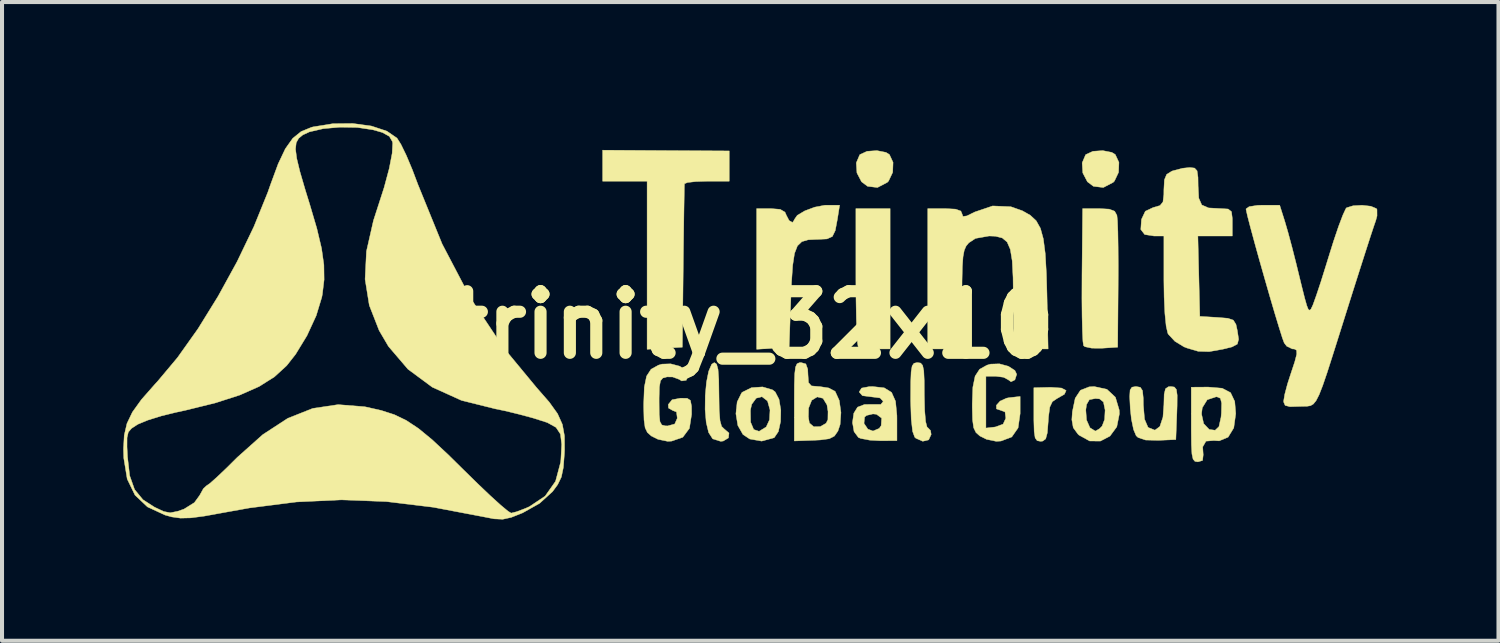
<source format=kicad_pcb>
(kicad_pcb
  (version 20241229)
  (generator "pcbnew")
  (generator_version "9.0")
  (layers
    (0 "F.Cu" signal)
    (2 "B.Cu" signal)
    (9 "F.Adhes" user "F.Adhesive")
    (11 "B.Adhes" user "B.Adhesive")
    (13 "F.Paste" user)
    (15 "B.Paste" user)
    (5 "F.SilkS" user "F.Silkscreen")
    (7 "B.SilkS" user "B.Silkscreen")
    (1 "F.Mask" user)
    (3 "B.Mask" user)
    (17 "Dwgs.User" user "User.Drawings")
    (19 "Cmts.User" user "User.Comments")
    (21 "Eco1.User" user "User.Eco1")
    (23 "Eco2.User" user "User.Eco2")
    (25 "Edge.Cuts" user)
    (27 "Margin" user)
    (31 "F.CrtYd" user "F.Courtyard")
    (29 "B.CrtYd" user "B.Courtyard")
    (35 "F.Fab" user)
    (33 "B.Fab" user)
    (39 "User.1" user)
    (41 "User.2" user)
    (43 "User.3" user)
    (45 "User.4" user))
  (footprint "trinity_32x10"
    (layer "F.Cu")
    (at 15.584 4.989)
    (property "Reference" "trinity_32x10" (at 0 0 0) (layer "F.SilkS") (effects (font (size 1.524 1.524) (thickness 0.3))))
    (attr through_hole)
    (fp_poly (pts (xy 3.387 0.593) (xy 3.02 0.593) (xy 2.782 0.581) (xy 2.623 0.551) (xy 2.596 0.536) (xy 2.579 0.438) (xy 2.564 0.197) (xy 2.552 -0.16) (xy 2.544 -0.607) (xy 2.54 -1.116) (xy 2.54 -1.199) (xy 2.54 -2.879) (xy 3.387 -2.879) (xy 3.387 0.593)) (stroke (width 0.01) (type solid)) (fill yes) (layer "F.SilkS"))
    (fp_poly (pts (xy 3.284 -4.269) (xy 3.37 -4.216) (xy 3.46 -4.022) (xy 3.451 -3.776) (xy 3.349 -3.56) (xy 3.317 -3.527) (xy 3.074 -3.4) (xy 2.829 -3.43) (xy 2.68 -3.542) (xy 2.566 -3.761) (xy 2.55 -4.01) (xy 2.635 -4.21) (xy 2.642 -4.216) (xy 2.816 -4.296) (xy 3.06 -4.313) (xy 3.284 -4.269)) (stroke (width 0.01) (type solid)) (fill yes) (layer "F.SilkS"))
    (fp_poly (pts (xy 8.872 -4.269) (xy 8.958 -4.216) (xy 9.048 -4.022) (xy 9.039 -3.776) (xy 8.937 -3.56) (xy 8.905 -3.527) (xy 8.662 -3.4) (xy 8.417 -3.43) (xy 8.268 -3.542) (xy 8.154 -3.761) (xy 8.138 -4.01) (xy 8.223 -4.21) (xy 8.23 -4.216) (xy 8.404 -4.296) (xy 8.648 -4.313) (xy 8.872 -4.269)) (stroke (width 0.01) (type solid)) (fill yes) (layer "F.SilkS"))
    (fp_poly (pts (xy -2.159 -4.314) (xy -0.593 -4.305) (xy -0.593 -3.556) (xy -1.143 -3.556) (xy -1.425 -3.547) (xy -1.626 -3.524) (xy -1.701 -3.493) (xy -1.704 -3.393) (xy -1.708 -3.149) (xy -1.714 -2.784) (xy -1.72 -2.323) (xy -1.727 -1.791) (xy -1.731 -1.439) (xy -1.753 0.55) (xy -2.625 0.602) (xy -2.625 -3.556) (xy -3.725 -3.556) (xy -3.725 -4.324) (xy -2.159 -4.314)) (stroke (width 0.01) (type solid)) (fill yes) (layer "F.SilkS"))
    (fp_poly (pts (xy 7.628 1.561) (xy 7.742 1.622) (xy 7.699 1.715) (xy 7.513 1.822) (xy 7.401 1.898) (xy 7.338 2.031) (xy 7.306 2.27) (xy 7.298 2.392) (xy 7.276 2.67) (xy 7.236 2.818) (xy 7.163 2.873) (xy 7.108 2.879) (xy 7.025 2.863) (xy 6.975 2.794) (xy 6.951 2.637) (xy 6.943 2.357) (xy 6.943 2.216) (xy 6.943 1.553) (xy 7.361 1.543) (xy 7.628 1.561)) (stroke (width 0.01) (type solid)) (fill yes) (layer "F.SilkS"))
    (fp_poly (pts (xy 8.808 -2.865) (xy 8.942 -2.814) (xy 8.998 -2.713) (xy 9.012 -2.577) (xy 9.022 -2.303) (xy 9.028 -1.921) (xy 9.031 -1.46) (xy 9.029 -0.998) (xy 9.017 0.55) (xy 8.623 0.576) (xy 8.377 0.574) (xy 8.209 0.539) (xy 8.173 0.513) (xy 8.157 0.404) (xy 8.145 0.154) (xy 8.136 -0.211) (xy 8.132 -0.662) (xy 8.134 -1.173) (xy 8.134 -1.227) (xy 8.15 -2.879) (xy 8.553 -2.879) (xy 8.808 -2.865)) (stroke (width 0.01) (type solid)) (fill yes) (layer "F.SilkS"))
    (fp_poly (pts (xy -0.906 0.969) (xy -0.87 1.101) (xy -0.852 1.351) (xy -0.847 1.727) (xy -0.841 2.118) (xy -0.821 2.369) (xy -0.782 2.51) (xy -0.72 2.57) (xy -0.72 2.571) (xy -0.599 2.674) (xy -0.612 2.794) (xy -0.742 2.872) (xy -0.806 2.879) (xy -1.002 2.818) (xy -1.103 2.661) (xy -1.163 2.409) (xy -1.19 2.09) (xy -1.186 1.746) (xy -1.156 1.417) (xy -1.102 1.146) (xy -1.027 0.972) (xy -0.963 0.931) (xy -0.906 0.969)) (stroke (width 0.01) (type solid)) (fill yes) (layer "F.SilkS"))
    (fp_poly (pts (xy 4.143 0.943) (xy 4.192 1.001) (xy 4.22 1.135) (xy 4.231 1.377) (xy 4.233 1.736) (xy 4.242 2.115) (xy 4.265 2.388) (xy 4.301 2.527) (xy 4.318 2.54) (xy 4.387 2.611) (xy 4.403 2.709) (xy 4.341 2.843) (xy 4.195 2.878) (xy 4.025 2.803) (xy 3.996 2.777) (xy 3.943 2.632) (xy 3.909 2.328) (xy 3.895 1.877) (xy 3.895 1.803) (xy 3.897 1.411) (xy 3.907 1.158) (xy 3.932 1.014) (xy 3.977 0.949) (xy 4.047 0.932) (xy 4.064 0.931) (xy 4.143 0.943)) (stroke (width 0.01) (type solid)) (fill yes) (layer "F.SilkS"))
    (fp_poly (pts (xy 2.082 -2.612) (xy 2.03 -2.336) (xy 1.958 -2.188) (xy 1.825 -2.128) (xy 1.591 -2.117) (xy 1.572 -2.117) (xy 1.359 -2.107) (xy 1.203 -2.061) (xy 1.094 -1.956) (xy 1.022 -1.77) (xy 0.977 -1.477) (xy 0.948 -1.057) (xy 0.931 -0.644) (xy 0.889 0.55) (xy 0.487 0.576) (xy 0.085 0.602) (xy 0.085 -2.879) (xy 0.431 -2.879) (xy 0.668 -2.86) (xy 0.786 -2.791) (xy 0.822 -2.709) (xy 0.889 -2.582) (xy 0.972 -2.535) (xy 1.016 -2.597) (xy 1.016 -2.606) (xy 1.09 -2.712) (xy 1.277 -2.823) (xy 1.521 -2.914) (xy 1.768 -2.961) (xy 1.823 -2.963) (xy 2.138 -2.963) (xy 2.082 -2.612)) (stroke (width 0.01) (type solid)) (fill yes) (layer "F.SilkS"))
    (fp_poly (pts (xy 10.419 1.536) (xy 10.469 1.596) (xy 10.489 1.739) (xy 10.487 1.999) (xy 10.481 2.18) (xy 10.456 2.836) (xy 10.021 2.855) (xy 9.707 2.847) (xy 9.521 2.784) (xy 9.474 2.741) (xy 9.41 2.589) (xy 9.356 2.329) (xy 9.328 2.065) (xy 9.314 1.772) (xy 9.324 1.61) (xy 9.37 1.54) (xy 9.462 1.524) (xy 9.473 1.524) (xy 9.577 1.542) (xy 9.631 1.624) (xy 9.65 1.811) (xy 9.652 1.979) (xy 9.681 2.331) (xy 9.765 2.527) (xy 9.779 2.54) (xy 9.938 2.603) (xy 10.06 2.513) (xy 10.137 2.282) (xy 10.16 1.979) (xy 10.167 1.714) (xy 10.2 1.578) (xy 10.274 1.528) (xy 10.333 1.524) (xy 10.419 1.536)) (stroke (width 0.01) (type solid)) (fill yes) (layer "F.SilkS"))
    (fp_poly (pts (xy 0.476 1.605) (xy 0.544 1.657) (xy 0.639 1.84) (xy 0.683 2.104) (xy 0.677 2.39) (xy 0.623 2.637) (xy 0.522 2.786) (xy 0.514 2.791) (xy 0.21 2.874) (xy -0.086 2.822) (xy -0.254 2.709) (xy -0.38 2.487) (xy -0.428 2.196) (xy -0.418 2.104) (xy -0.069 2.104) (xy -0.064 2.406) (xy 0.013 2.587) (xy 0.145 2.632) (xy 0.318 2.526) (xy 0.322 2.523) (xy 0.403 2.346) (xy 0.416 2.103) (xy 0.356 1.888) (xy 0.348 1.876) (xy 0.217 1.775) (xy 0.074 1.812) (xy -0.036 1.962) (xy -0.069 2.104) (xy -0.418 2.104) (xy -0.397 1.904) (xy -0.288 1.683) (xy -0.269 1.664) (xy -0.043 1.552) (xy 0.232 1.533) (xy 0.476 1.605)) (stroke (width 0.01) (type solid)) (fill yes) (layer "F.SilkS"))
    (fp_poly (pts (xy 8.75 1.592) (xy 8.961 1.789) (xy 9.055 2.104) (xy 9.059 2.201) (xy 8.995 2.52) (xy 8.826 2.75) (xy 8.59 2.873) (xy 8.323 2.871) (xy 8.061 2.726) (xy 8.033 2.699) (xy 7.918 2.542) (xy 7.883 2.345) (xy 7.896 2.149) (xy 7.906 2.101) (xy 8.228 2.101) (xy 8.246 2.35) (xy 8.331 2.543) (xy 8.46 2.624) (xy 8.467 2.625) (xy 8.568 2.567) (xy 8.631 2.503) (xy 8.694 2.338) (xy 8.706 2.108) (xy 8.705 2.101) (xy 8.665 1.906) (xy 8.569 1.829) (xy 8.467 1.82) (xy 8.317 1.848) (xy 8.248 1.966) (xy 8.228 2.101) (xy 7.906 2.101) (xy 7.966 1.813) (xy 8.096 1.616) (xy 8.309 1.532) (xy 8.435 1.524) (xy 8.75 1.592)) (stroke (width 0.01) (type solid)) (fill yes) (layer "F.SilkS"))
    (fp_poly (pts (xy 11.602 1.566) (xy 11.81 1.675) (xy 11.913 1.892) (xy 11.938 2.194) (xy 11.889 2.547) (xy 11.749 2.776) (xy 11.528 2.868) (xy 11.395 2.859) (xy 11.202 2.875) (xy 11.12 3.017) (xy 11.133 3.214) (xy 11.117 3.353) (xy 11.002 3.387) (xy 10.929 3.375) (xy 10.882 3.32) (xy 10.854 3.192) (xy 10.841 2.962) (xy 10.837 2.601) (xy 10.837 2.463) (xy 10.837 2.201) (xy 11.091 2.201) (xy 11.144 2.441) (xy 11.282 2.586) (xy 11.428 2.605) (xy 11.522 2.516) (xy 11.574 2.281) (xy 11.583 2.179) (xy 11.589 1.934) (xy 11.558 1.814) (xy 11.475 1.779) (xy 11.452 1.778) (xy 11.233 1.85) (xy 11.11 2.048) (xy 11.091 2.201) (xy 10.837 2.201) (xy 10.837 1.54) (xy 11.259 1.537) (xy 11.602 1.566)) (stroke (width 0.01) (type solid)) (fill yes) (layer "F.SilkS"))
    (fp_poly (pts (xy 6.374 -2.925) (xy 6.658 -2.825) (xy 6.853 -2.715) (xy 7 -2.579) (xy 7.106 -2.391) (xy 7.178 -2.128) (xy 7.225 -1.765) (xy 7.253 -1.276) (xy 7.267 -0.783) (xy 7.296 0.593) (xy 6.435 0.593) (xy 6.435 -0.616) (xy 6.429 -1.173) (xy 6.408 -1.584) (xy 6.361 -1.869) (xy 6.282 -2.051) (xy 6.162 -2.152) (xy 5.992 -2.195) (xy 5.837 -2.201) (xy 5.499 -2.141) (xy 5.334 -2.032) (xy 5.267 -1.951) (xy 5.221 -1.845) (xy 5.191 -1.685) (xy 5.174 -1.441) (xy 5.166 -1.084) (xy 5.165 -0.635) (xy 5.165 0.593) (xy 4.318 0.593) (xy 4.318 -2.879) (xy 4.741 -2.879) (xy 5.007 -2.865) (xy 5.137 -2.818) (xy 5.165 -2.752) (xy 5.189 -2.684) (xy 5.286 -2.698) (xy 5.481 -2.794) (xy 5.924 -2.944) (xy 6.374 -2.925)) (stroke (width 0.01) (type solid)) (fill yes) (layer "F.SilkS"))
    (fp_poly (pts (xy 3.242 1.556) (xy 3.423 1.668) (xy 3.521 1.887) (xy 3.555 2.238) (xy 3.556 2.326) (xy 3.556 2.862) (xy 3.154 2.865) (xy 2.881 2.85) (xy 2.661 2.808) (xy 2.603 2.784) (xy 2.495 2.639) (xy 2.46 2.436) (xy 2.741 2.436) (xy 2.836 2.577) (xy 2.963 2.625) (xy 3.119 2.559) (xy 3.166 2.49) (xy 3.178 2.305) (xy 3.05 2.21) (xy 2.963 2.201) (xy 2.806 2.238) (xy 2.756 2.278) (xy 2.741 2.436) (xy 2.46 2.436) (xy 2.456 2.414) (xy 2.489 2.183) (xy 2.582 2.033) (xy 2.753 1.968) (xy 2.963 1.965) (xy 3.159 1.965) (xy 3.217 1.89) (xy 3.139 1.807) (xy 2.921 1.778) (xy 2.702 1.75) (xy 2.625 1.663) (xy 2.625 1.651) (xy 2.682 1.562) (xy 2.87 1.526) (xy 2.957 1.524) (xy 3.242 1.556)) (stroke (width 0.01) (type solid)) (fill yes) (layer "F.SilkS"))
    (fp_poly (pts (xy 6.312 1.022) (xy 6.474 1.126) (xy 6.519 1.221) (xy 6.474 1.359) (xy 6.378 1.406) (xy 6.309 1.356) (xy 6.193 1.294) (xy 6.006 1.27) (xy 5.757 1.27) (xy 5.757 2.551) (xy 5.99 2.524) (xy 6.182 2.454) (xy 6.25 2.307) (xy 6.23 2.152) (xy 6.138 2.117) (xy 6.018 2.077) (xy 6.016 1.987) (xy 6.108 1.884) (xy 6.269 1.811) (xy 6.329 1.8) (xy 6.604 1.769) (xy 6.604 2.192) (xy 6.553 2.547) (xy 6.397 2.771) (xy 6.13 2.872) (xy 6.011 2.879) (xy 5.772 2.829) (xy 5.607 2.747) (xy 5.511 2.662) (xy 5.454 2.544) (xy 5.427 2.351) (xy 5.419 2.041) (xy 5.419 1.949) (xy 5.434 1.54) (xy 5.49 1.266) (xy 5.601 1.096) (xy 5.783 0.995) (xy 5.872 0.969) (xy 6.091 0.962) (xy 6.312 1.022)) (stroke (width 0.01) (type solid)) (fill yes) (layer "F.SilkS"))
    (fp_poly (pts (xy 1.302 0.964) (xy 1.349 1.094) (xy 1.355 1.228) (xy 1.368 1.426) (xy 1.441 1.508) (xy 1.625 1.524) (xy 1.641 1.524) (xy 1.867 1.559) (xy 2.025 1.642) (xy 2.029 1.648) (xy 2.129 1.867) (xy 2.171 2.166) (xy 2.15 2.464) (xy 2.096 2.625) (xy 2.01 2.748) (xy 1.882 2.815) (xy 1.661 2.845) (xy 1.501 2.853) (xy 1.016 2.87) (xy 1.016 2.282) (xy 1.365 2.282) (xy 1.39 2.426) (xy 1.498 2.518) (xy 1.661 2.515) (xy 1.803 2.432) (xy 1.848 2.343) (xy 1.851 2.139) (xy 1.825 1.977) (xy 1.727 1.815) (xy 1.583 1.78) (xy 1.447 1.864) (xy 1.37 2.058) (xy 1.37 2.06) (xy 1.365 2.282) (xy 1.016 2.282) (xy 1.016 1.9) (xy 1.018 1.483) (xy 1.027 1.207) (xy 1.047 1.042) (xy 1.085 0.96) (xy 1.145 0.933) (xy 1.185 0.931) (xy 1.302 0.964)) (stroke (width 0.01) (type solid)) (fill yes) (layer "F.SilkS"))
    (fp_poly (pts (xy -1.821 1.02) (xy -1.657 1.119) (xy -1.609 1.211) (xy -1.655 1.368) (xy -1.77 1.385) (xy -1.829 1.347) (xy -1.995 1.286) (xy -2.133 1.285) (xy -2.235 1.312) (xy -2.294 1.382) (xy -2.321 1.534) (xy -2.328 1.806) (xy -2.328 1.905) (xy -2.325 2.215) (xy -2.307 2.392) (xy -2.261 2.474) (xy -2.173 2.497) (xy -2.117 2.498) (xy -1.942 2.451) (xy -1.878 2.307) (xy -1.898 2.152) (xy -1.99 2.117) (xy -2.096 2.056) (xy -2.101 1.968) (xy -2.007 1.851) (xy -1.798 1.812) (xy -1.633 1.815) (xy -1.553 1.866) (xy -1.526 2.01) (xy -1.524 2.209) (xy -1.578 2.558) (xy -1.742 2.778) (xy -2.018 2.874) (xy -2.117 2.879) (xy -2.356 2.829) (xy -2.521 2.747) (xy -2.617 2.662) (xy -2.674 2.544) (xy -2.701 2.351) (xy -2.709 2.041) (xy -2.709 1.949) (xy -2.694 1.54) (xy -2.638 1.266) (xy -2.527 1.096) (xy -2.345 0.995) (xy -2.256 0.969) (xy -2.042 0.962) (xy -1.821 1.02)) (stroke (width 0.01) (type solid)) (fill yes) (layer "F.SilkS"))
    (fp_poly (pts (xy 10.92 -3.881) (xy 10.981 -3.814) (xy 11.004 -3.651) (xy 11.007 -3.438) (xy 11.023 -3.138) (xy 11.097 -2.969) (xy 11.266 -2.895) (xy 11.564 -2.879) (xy 11.749 -2.868) (xy 11.832 -2.803) (xy 11.853 -2.636) (xy 11.853 -2.54) (xy 11.853 -2.201) (xy 11.001 -2.201) (xy 11.025 -1.206) (xy 11.049 -0.212) (xy 11.485 -0.186) (xy 11.742 -0.165) (xy 11.878 -0.119) (xy 11.943 -0.015) (xy 11.977 0.14) (xy 12.009 0.354) (xy 11.978 0.473) (xy 11.847 0.543) (xy 11.627 0.598) (xy 11.281 0.66) (xy 11.009 0.652) (xy 10.729 0.57) (xy 10.658 0.542) (xy 10.432 0.404) (xy 10.271 0.231) (xy 10.256 0.203) (xy 10.216 0.029) (xy 10.185 -0.28) (xy 10.166 -0.69) (xy 10.16 -1.105) (xy 10.16 -2.201) (xy 9.911 -2.201) (xy 9.685 -2.237) (xy 9.589 -2.362) (xy 9.605 -2.602) (xy 9.608 -2.617) (xy 9.701 -2.814) (xy 9.899 -2.907) (xy 9.911 -2.909) (xy 10.064 -2.954) (xy 10.137 -3.043) (xy 10.159 -3.227) (xy 10.16 -3.344) (xy 10.173 -3.591) (xy 10.229 -3.725) (xy 10.354 -3.803) (xy 10.377 -3.812) (xy 10.625 -3.877) (xy 10.801 -3.895) (xy 10.92 -3.881)) (stroke (width 0.01) (type solid)) (fill yes) (layer "F.SilkS"))
    (fp_poly (pts (xy 13.152 -2.561) (xy 13.231 -2.29) (xy 13.33 -1.921) (xy 13.432 -1.52) (xy 13.462 -1.397) (xy 13.569 -0.958) (xy 13.644 -0.66) (xy 13.696 -0.477) (xy 13.732 -0.387) (xy 13.762 -0.364) (xy 13.792 -0.385) (xy 13.8 -0.394) (xy 13.848 -0.497) (xy 13.932 -0.731) (xy 14.044 -1.067) (xy 14.171 -1.473) (xy 14.226 -1.651) (xy 14.359 -2.076) (xy 14.483 -2.442) (xy 14.588 -2.719) (xy 14.661 -2.876) (xy 14.679 -2.899) (xy 14.842 -2.949) (xy 15.065 -2.961) (xy 15.279 -2.937) (xy 15.416 -2.88) (xy 15.432 -2.857) (xy 15.433 -2.697) (xy 15.402 -2.582) (xy 15.358 -2.456) (xy 15.271 -2.193) (xy 15.15 -1.818) (xy 15.002 -1.356) (xy 14.836 -0.834) (xy 14.733 -0.508) (xy 14.512 0.194) (xy 14.336 0.751) (xy 14.198 1.181) (xy 14.089 1.5) (xy 14.001 1.725) (xy 13.926 1.872) (xy 13.857 1.957) (xy 13.786 1.998) (xy 13.704 2.011) (xy 13.604 2.013) (xy 13.522 2.015) (xy 13.278 2.022) (xy 13.16 1.991) (xy 13.124 1.908) (xy 13.123 1.881) (xy 13.15 1.717) (xy 13.219 1.457) (xy 13.293 1.228) (xy 13.398 0.911) (xy 13.447 0.722) (xy 13.443 0.627) (xy 13.387 0.595) (xy 13.338 0.593) (xy 13.199 0.526) (xy 13.137 0.445) (xy 13.091 0.32) (xy 13.011 0.066) (xy 12.904 -0.286) (xy 12.781 -0.704) (xy 12.651 -1.157) (xy 12.521 -1.614) (xy 12.402 -2.043) (xy 12.302 -2.413) (xy 12.229 -2.693) (xy 12.194 -2.852) (xy 12.192 -2.871) (xy 12.27 -2.927) (xy 12.477 -2.959) (xy 12.609 -2.963) (xy 13.025 -2.963) (xy 13.152 -2.561)) (stroke (width 0.01) (type solid)) (fill yes) (layer "F.SilkS"))
    (fp_poly (pts (xy -9.445 -4.921) (xy -9.064 -4.795) (xy -8.813 -4.623) (xy -8.716 -4.47) (xy -8.583 -4.197) (xy -8.434 -3.843) (xy -8.295 -3.475) (xy -7.696 -2.004) (xy -6.993 -0.663) (xy -6.182 0.556) (xy -5.359 1.551) (xy -5.047 1.908) (xy -4.84 2.196) (xy -4.721 2.461) (xy -4.669 2.746) (xy -4.667 3.097) (xy -4.671 3.181) (xy -4.697 3.526) (xy -4.746 3.762) (xy -4.838 3.951) (xy -4.963 4.121) (xy -5.284 4.413) (xy -5.704 4.649) (xy -5.986 4.761) (xy -6.195 4.807) (xy -6.411 4.797) (xy -6.668 4.747) (xy -7.916 4.51) (xy -9.073 4.37) (xy -10.184 4.327) (xy -11.298 4.379) (xy -12.461 4.527) (xy -13.123 4.646) (xy -13.58 4.729) (xy -13.914 4.773) (xy -14.169 4.779) (xy -14.386 4.749) (xy -14.551 4.703) (xy -14.985 4.502) (xy -15.294 4.21) (xy -15.487 3.812) (xy -15.572 3.294) (xy -15.579 3.07) (xy -15.576 3.019) (xy -15.492 3.019) (xy -15.48 3.26) (xy -15.426 3.728) (xy -15.305 4.07) (xy -15.099 4.322) (xy -14.811 4.508) (xy -14.584 4.615) (xy -14.422 4.647) (xy -14.239 4.61) (xy -14.081 4.555) (xy -13.825 4.395) (xy -13.695 4.216) (xy -13.603 4.05) (xy -13.527 3.979) (xy -13.526 3.979) (xy -13.445 3.923) (xy -13.271 3.769) (xy -13.031 3.541) (xy -12.764 3.276) (xy -12.132 2.712) (xy -11.515 2.31) (xy -10.898 2.065) (xy -10.269 1.971) (xy -9.615 2.023) (xy -9.577 2.03) (xy -9.202 2.115) (xy -8.879 2.219) (xy -8.582 2.362) (xy -8.28 2.562) (xy -7.945 2.837) (xy -7.549 3.206) (xy -7.175 3.575) (xy -6.822 3.921) (xy -6.506 4.222) (xy -6.247 4.457) (xy -6.067 4.607) (xy -5.988 4.655) (xy -5.852 4.621) (xy -5.632 4.537) (xy -5.537 4.495) (xy -5.148 4.235) (xy -4.89 3.868) (xy -4.764 3.395) (xy -4.758 3.335) (xy -4.738 2.954) (xy -4.769 2.7) (xy -4.879 2.534) (xy -5.094 2.415) (xy -5.438 2.305) (xy -5.791 2.21) (xy -6.126 2.128) (xy -6.372 2.077) (xy -6.374 2.077) (xy -7.217 1.867) (xy -7.939 1.54) (xy -8.541 1.095) (xy -9.024 0.53) (xy -9.255 0.136) (xy -9.498 -0.486) (xy -9.602 -1.131) (xy -9.568 -1.822) (xy -9.395 -2.583) (xy -9.308 -2.852) (xy -9.131 -3.4) (xy -9.004 -3.873) (xy -8.932 -4.247) (xy -8.919 -4.496) (xy -8.926 -4.535) (xy -9.001 -4.665) (xy -9.173 -4.761) (xy -9.407 -4.828) (xy -9.794 -4.886) (xy -10.223 -4.893) (xy -10.636 -4.856) (xy -10.978 -4.777) (xy -11.143 -4.701) (xy -11.246 -4.616) (xy -11.306 -4.507) (xy -11.323 -4.349) (xy -11.293 -4.119) (xy -11.214 -3.792) (xy -11.083 -3.344) (xy -10.974 -2.992) (xy -10.795 -2.385) (xy -10.679 -1.895) (xy -10.621 -1.486) (xy -10.616 -1.119) (xy -10.659 -0.759) (xy -10.673 -0.685) (xy -10.811 -0.231) (xy -11.039 0.264) (xy -11.321 0.726) (xy -11.542 1.007) (xy -11.845 1.284) (xy -12.226 1.524) (xy -12.706 1.736) (xy -13.306 1.929) (xy -14.048 2.112) (xy -14.284 2.163) (xy -14.646 2.252) (xy -14.976 2.355) (xy -15.214 2.453) (xy -15.246 2.471) (xy -15.381 2.56) (xy -15.459 2.651) (xy -15.491 2.789) (xy -15.492 3.019) (xy -15.576 3.019) (xy -15.561 2.73) (xy -15.493 2.438) (xy -15.358 2.156) (xy -15.136 1.847) (xy -14.807 1.473) (xy -14.737 1.397) (xy -14.243 0.808) (xy -13.735 0.093) (xy -13.237 -0.712) (xy -12.768 -1.567) (xy -12.352 -2.434) (xy -12.011 -3.275) (xy -11.942 -3.471) (xy -11.752 -3.986) (xy -11.575 -4.359) (xy -11.392 -4.617) (xy -11.184 -4.785) (xy -10.933 -4.888) (xy -10.889 -4.9) (xy -10.4 -4.979) (xy -9.905 -4.984) (xy -9.445 -4.921)) (stroke (width 0.01) (type solid)) (fill yes) (layer "F.SilkS")))
  (gr_rect
    (start -3 -3)
    (end 34.022 12.802)
    (stroke (width 0.1) (type default))
    (fill no)
    (layer "Edge.Cuts")))
</source>
